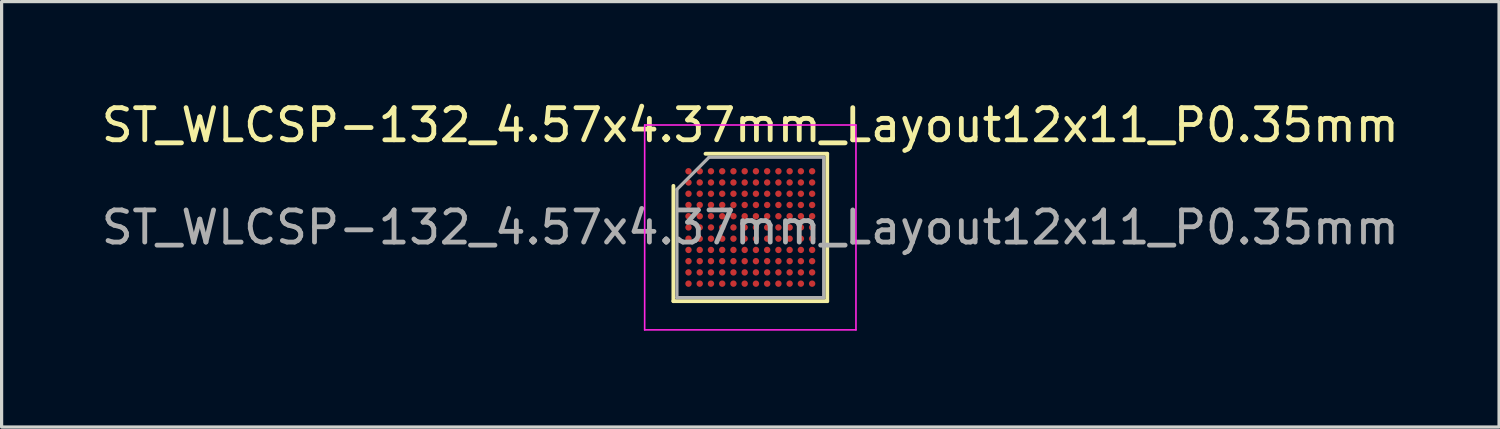
<source format=kicad_pcb>
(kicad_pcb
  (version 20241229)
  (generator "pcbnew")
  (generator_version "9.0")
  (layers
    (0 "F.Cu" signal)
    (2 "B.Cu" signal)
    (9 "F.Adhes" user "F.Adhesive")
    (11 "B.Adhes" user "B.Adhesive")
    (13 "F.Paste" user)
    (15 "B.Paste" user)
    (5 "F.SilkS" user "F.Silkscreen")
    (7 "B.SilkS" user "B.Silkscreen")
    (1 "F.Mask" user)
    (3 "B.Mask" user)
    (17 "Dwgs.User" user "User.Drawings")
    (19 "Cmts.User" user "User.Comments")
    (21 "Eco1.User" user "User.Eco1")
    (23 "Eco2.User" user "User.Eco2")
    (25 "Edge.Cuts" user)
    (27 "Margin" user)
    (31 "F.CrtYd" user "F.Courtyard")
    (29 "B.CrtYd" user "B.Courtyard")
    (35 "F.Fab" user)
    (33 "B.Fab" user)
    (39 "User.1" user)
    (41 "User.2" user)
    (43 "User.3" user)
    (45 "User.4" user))
  (footprint "ST_WLCSP-132_4.57x4.37mm_Layout12x11_P0.35mm"
    (layer "F.Cu")
    (at 20.315 4.033)
    (property "Reference" "ST_WLCSP-132_4.57x4.37mm_Layout12x11_P0.35mm" (at 0 -3.185 0) (layer "F.SilkS") (effects (font (size 1 1) (thickness 0.15))))
    (attr smd)
    (fp_line (start -2.395 2.295) (end -2.395 -1.295) (stroke (width 0.12) (type solid)) (layer "F.SilkS"))
    (fp_line (start -1.395 -2.295) (end 2.395 -2.295) (stroke (width 0.12) (type solid)) (layer "F.SilkS"))
    (fp_line (start 2.395 -2.295) (end 2.395 2.295) (stroke (width 0.12) (type solid)) (layer "F.SilkS"))
    (fp_line (start 2.395 2.295) (end -2.395 2.295) (stroke (width 0.12) (type solid)) (layer "F.SilkS"))
    (fp_line (start -3.29 -3.19) (end -3.29 3.19) (stroke (width 0.05) (type solid)) (layer "F.CrtYd"))
    (fp_line (start -3.29 3.19) (end 3.29 3.19) (stroke (width 0.05) (type solid)) (layer "F.CrtYd"))
    (fp_line (start 3.29 -3.19) (end -3.29 -3.19) (stroke (width 0.05) (type solid)) (layer "F.CrtYd"))
    (fp_line (start 3.29 3.19) (end 3.29 -3.19) (stroke (width 0.05) (type solid)) (layer "F.CrtYd"))
    (fp_line (start -2.285 -1.185) (end -1.285 -2.185) (stroke (width 0.1) (type solid)) (layer "F.Fab"))
    (fp_line (start -2.285 2.185) (end -2.285 -1.185) (stroke (width 0.1) (type solid)) (layer "F.Fab"))
    (fp_line (start -1.285 -2.185) (end 2.285 -2.185) (stroke (width 0.1) (type solid)) (layer "F.Fab"))
    (fp_line (start 2.285 -2.185) (end 2.285 2.185) (stroke (width 0.1) (type solid)) (layer "F.Fab"))
    (fp_line (start 2.285 2.185) (end -2.285 2.185) (stroke (width 0.1) (type solid)) (layer "F.Fab"))
    (fp_text user "${REFERENCE}" (at 0 0 0) (layer "F.Fab") (effects (font (size 1 1) (thickness 0.15))))
    (pad "A1" smd circle (at -1.925 -1.75) (size 0.2 0.2) (layers "F.Cu" "F.Mask" "F.Paste"))
    (pad "A2" smd circle (at -1.575 -1.75) (size 0.2 0.2) (layers "F.Cu" "F.Mask" "F.Paste"))
    (pad "A3" smd circle (at -1.225 -1.75) (size 0.2 0.2) (layers "F.Cu" "F.Mask" "F.Paste"))
    (pad "A4" smd circle (at -0.875 -1.75) (size 0.2 0.2) (layers "F.Cu" "F.Mask" "F.Paste"))
    (pad "A5" smd circle (at -0.525 -1.75) (size 0.2 0.2) (layers "F.Cu" "F.Mask" "F.Paste"))
    (pad "A6" smd circle (at -0.175 -1.75) (size 0.2 0.2) (layers "F.Cu" "F.Mask" "F.Paste"))
    (pad "A7" smd circle (at 0.175 -1.75) (size 0.2 0.2) (layers "F.Cu" "F.Mask" "F.Paste"))
    (pad "A8" smd circle (at 0.525 -1.75) (size 0.2 0.2) (layers "F.Cu" "F.Mask" "F.Paste"))
    (pad "A9" smd circle (at 0.875 -1.75) (size 0.2 0.2) (layers "F.Cu" "F.Mask" "F.Paste"))
    (pad "A10" smd circle (at 1.225 -1.75) (size 0.2 0.2) (layers "F.Cu" "F.Mask" "F.Paste"))
    (pad "A11" smd circle (at 1.575 -1.75) (size 0.2 0.2) (layers "F.Cu" "F.Mask" "F.Paste"))
    (pad "A12" smd circle (at 1.925 -1.75) (size 0.2 0.2) (layers "F.Cu" "F.Mask" "F.Paste"))
    (pad "B1" smd circle (at -1.925 -1.4) (size 0.2 0.2) (layers "F.Cu" "F.Mask" "F.Paste"))
    (pad "B2" smd circle (at -1.575 -1.4) (size 0.2 0.2) (layers "F.Cu" "F.Mask" "F.Paste"))
    (pad "B3" smd circle (at -1.225 -1.4) (size 0.2 0.2) (layers "F.Cu" "F.Mask" "F.Paste"))
    (pad "B4" smd circle (at -0.875 -1.4) (size 0.2 0.2) (layers "F.Cu" "F.Mask" "F.Paste"))
    (pad "B5" smd circle (at -0.525 -1.4) (size 0.2 0.2) (layers "F.Cu" "F.Mask" "F.Paste"))
    (pad "B6" smd circle (at -0.175 -1.4) (size 0.2 0.2) (layers "F.Cu" "F.Mask" "F.Paste"))
    (pad "B7" smd circle (at 0.175 -1.4) (size 0.2 0.2) (layers "F.Cu" "F.Mask" "F.Paste"))
    (pad "B8" smd circle (at 0.525 -1.4) (size 0.2 0.2) (layers "F.Cu" "F.Mask" "F.Paste"))
    (pad "B9" smd circle (at 0.875 -1.4) (size 0.2 0.2) (layers "F.Cu" "F.Mask" "F.Paste"))
    (pad "B10" smd circle (at 1.225 -1.4) (size 0.2 0.2) (layers "F.Cu" "F.Mask" "F.Paste"))
    (pad "B11" smd circle (at 1.575 -1.4) (size 0.2 0.2) (layers "F.Cu" "F.Mask" "F.Paste"))
    (pad "B12" smd circle (at 1.925 -1.4) (size 0.2 0.2) (layers "F.Cu" "F.Mask" "F.Paste"))
    (pad "C1" smd circle (at -1.925 -1.05) (size 0.2 0.2) (layers "F.Cu" "F.Mask" "F.Paste"))
    (pad "C2" smd circle (at -1.575 -1.05) (size 0.2 0.2) (layers "F.Cu" "F.Mask" "F.Paste"))
    (pad "C3" smd circle (at -1.225 -1.05) (size 0.2 0.2) (layers "F.Cu" "F.Mask" "F.Paste"))
    (pad "C4" smd circle (at -0.875 -1.05) (size 0.2 0.2) (layers "F.Cu" "F.Mask" "F.Paste"))
    (pad "C5" smd circle (at -0.525 -1.05) (size 0.2 0.2) (layers "F.Cu" "F.Mask" "F.Paste"))
    (pad "C6" smd circle (at -0.175 -1.05) (size 0.2 0.2) (layers "F.Cu" "F.Mask" "F.Paste"))
    (pad "C7" smd circle (at 0.175 -1.05) (size 0.2 0.2) (layers "F.Cu" "F.Mask" "F.Paste"))
    (pad "C8" smd circle (at 0.525 -1.05) (size 0.2 0.2) (layers "F.Cu" "F.Mask" "F.Paste"))
    (pad "C9" smd circle (at 0.875 -1.05) (size 0.2 0.2) (layers "F.Cu" "F.Mask" "F.Paste"))
    (pad "C10" smd circle (at 1.225 -1.05) (size 0.2 0.2) (layers "F.Cu" "F.Mask" "F.Paste"))
    (pad "C11" smd circle (at 1.575 -1.05) (size 0.2 0.2) (layers "F.Cu" "F.Mask" "F.Paste"))
    (pad "C12" smd circle (at 1.925 -1.05) (size 0.2 0.2) (layers "F.Cu" "F.Mask" "F.Paste"))
    (pad "D1" smd circle (at -1.925 -0.7) (size 0.2 0.2) (layers "F.Cu" "F.Mask" "F.Paste"))
    (pad "D2" smd circle (at -1.575 -0.7) (size 0.2 0.2) (layers "F.Cu" "F.Mask" "F.Paste"))
    (pad "D3" smd circle (at -1.225 -0.7) (size 0.2 0.2) (layers "F.Cu" "F.Mask" "F.Paste"))
    (pad "D4" smd circle (at -0.875 -0.7) (size 0.2 0.2) (layers "F.Cu" "F.Mask" "F.Paste"))
    (pad "D5" smd circle (at -0.525 -0.7) (size 0.2 0.2) (layers "F.Cu" "F.Mask" "F.Paste"))
    (pad "D6" smd circle (at -0.175 -0.7) (size 0.2 0.2) (layers "F.Cu" "F.Mask" "F.Paste"))
    (pad "D7" smd circle (at 0.175 -0.7) (size 0.2 0.2) (layers "F.Cu" "F.Mask" "F.Paste"))
    (pad "D8" smd circle (at 0.525 -0.7) (size 0.2 0.2) (layers "F.Cu" "F.Mask" "F.Paste"))
    (pad "D9" smd circle (at 0.875 -0.7) (size 0.2 0.2) (layers "F.Cu" "F.Mask" "F.Paste"))
    (pad "D10" smd circle (at 1.225 -0.7) (size 0.2 0.2) (layers "F.Cu" "F.Mask" "F.Paste"))
    (pad "D11" smd circle (at 1.575 -0.7) (size 0.2 0.2) (layers "F.Cu" "F.Mask" "F.Paste"))
    (pad "D12" smd circle (at 1.925 -0.7) (size 0.2 0.2) (layers "F.Cu" "F.Mask" "F.Paste"))
    (pad "E1" smd circle (at -1.925 -0.35) (size 0.2 0.2) (layers "F.Cu" "F.Mask" "F.Paste"))
    (pad "E2" smd circle (at -1.575 -0.35) (size 0.2 0.2) (layers "F.Cu" "F.Mask" "F.Paste"))
    (pad "E3" smd circle (at -1.225 -0.35) (size 0.2 0.2) (layers "F.Cu" "F.Mask" "F.Paste"))
    (pad "E4" smd circle (at -0.875 -0.35) (size 0.2 0.2) (layers "F.Cu" "F.Mask" "F.Paste"))
    (pad "E5" smd circle (at -0.525 -0.35) (size 0.2 0.2) (layers "F.Cu" "F.Mask" "F.Paste"))
    (pad "E6" smd circle (at -0.175 -0.35) (size 0.2 0.2) (layers "F.Cu" "F.Mask" "F.Paste"))
    (pad "E7" smd circle (at 0.175 -0.35) (size 0.2 0.2) (layers "F.Cu" "F.Mask" "F.Paste"))
    (pad "E8" smd circle (at 0.525 -0.35) (size 0.2 0.2) (layers "F.Cu" "F.Mask" "F.Paste"))
    (pad "E9" smd circle (at 0.875 -0.35) (size 0.2 0.2) (layers "F.Cu" "F.Mask" "F.Paste"))
    (pad "E10" smd circle (at 1.225 -0.35) (size 0.2 0.2) (layers "F.Cu" "F.Mask" "F.Paste"))
    (pad "E11" smd circle (at 1.575 -0.35) (size 0.2 0.2) (layers "F.Cu" "F.Mask" "F.Paste"))
    (pad "E12" smd circle (at 1.925 -0.35) (size 0.2 0.2) (layers "F.Cu" "F.Mask" "F.Paste"))
    (pad "F1" smd circle (at -1.925 0) (size 0.2 0.2) (layers "F.Cu" "F.Mask" "F.Paste"))
    (pad "F2" smd circle (at -1.575 0) (size 0.2 0.2) (layers "F.Cu" "F.Mask" "F.Paste"))
    (pad "F3" smd circle (at -1.225 0) (size 0.2 0.2) (layers "F.Cu" "F.Mask" "F.Paste"))
    (pad "F4" smd circle (at -0.875 0) (size 0.2 0.2) (layers "F.Cu" "F.Mask" "F.Paste"))
    (pad "F5" smd circle (at -0.525 0) (size 0.2 0.2) (layers "F.Cu" "F.Mask" "F.Paste"))
    (pad "F6" smd circle (at -0.175 0) (size 0.2 0.2) (layers "F.Cu" "F.Mask" "F.Paste"))
    (pad "F7" smd circle (at 0.175 0) (size 0.2 0.2) (layers "F.Cu" "F.Mask" "F.Paste"))
    (pad "F8" smd circle (at 0.525 0) (size 0.2 0.2) (layers "F.Cu" "F.Mask" "F.Paste"))
    (pad "F9" smd circle (at 0.875 0) (size 0.2 0.2) (layers "F.Cu" "F.Mask" "F.Paste"))
    (pad "F10" smd circle (at 1.225 0) (size 0.2 0.2) (layers "F.Cu" "F.Mask" "F.Paste"))
    (pad "F11" smd circle (at 1.575 0) (size 0.2 0.2) (layers "F.Cu" "F.Mask" "F.Paste"))
    (pad "F12" smd circle (at 1.925 0) (size 0.2 0.2) (layers "F.Cu" "F.Mask" "F.Paste"))
    (pad "G1" smd circle (at -1.925 0.35) (size 0.2 0.2) (layers "F.Cu" "F.Mask" "F.Paste"))
    (pad "G2" smd circle (at -1.575 0.35) (size 0.2 0.2) (layers "F.Cu" "F.Mask" "F.Paste"))
    (pad "G3" smd circle (at -1.225 0.35) (size 0.2 0.2) (layers "F.Cu" "F.Mask" "F.Paste"))
    (pad "G4" smd circle (at -0.875 0.35) (size 0.2 0.2) (layers "F.Cu" "F.Mask" "F.Paste"))
    (pad "G5" smd circle (at -0.525 0.35) (size 0.2 0.2) (layers "F.Cu" "F.Mask" "F.Paste"))
    (pad "G6" smd circle (at -0.175 0.35) (size 0.2 0.2) (layers "F.Cu" "F.Mask" "F.Paste"))
    (pad "G7" smd circle (at 0.175 0.35) (size 0.2 0.2) (layers "F.Cu" "F.Mask" "F.Paste"))
    (pad "G8" smd circle (at 0.525 0.35) (size 0.2 0.2) (layers "F.Cu" "F.Mask" "F.Paste"))
    (pad "G9" smd circle (at 0.875 0.35) (size 0.2 0.2) (layers "F.Cu" "F.Mask" "F.Paste"))
    (pad "G10" smd circle (at 1.225 0.35) (size 0.2 0.2) (layers "F.Cu" "F.Mask" "F.Paste"))
    (pad "G11" smd circle (at 1.575 0.35) (size 0.2 0.2) (layers "F.Cu" "F.Mask" "F.Paste"))
    (pad "G12" smd circle (at 1.925 0.35) (size 0.2 0.2) (layers "F.Cu" "F.Mask" "F.Paste"))
    (pad "H1" smd circle (at -1.925 0.7) (size 0.2 0.2) (layers "F.Cu" "F.Mask" "F.Paste"))
    (pad "H2" smd circle (at -1.575 0.7) (size 0.2 0.2) (layers "F.Cu" "F.Mask" "F.Paste"))
    (pad "H3" smd circle (at -1.225 0.7) (size 0.2 0.2) (layers "F.Cu" "F.Mask" "F.Paste"))
    (pad "H4" smd circle (at -0.875 0.7) (size 0.2 0.2) (layers "F.Cu" "F.Mask" "F.Paste"))
    (pad "H5" smd circle (at -0.525 0.7) (size 0.2 0.2) (layers "F.Cu" "F.Mask" "F.Paste"))
    (pad "H6" smd circle (at -0.175 0.7) (size 0.2 0.2) (layers "F.Cu" "F.Mask" "F.Paste"))
    (pad "H7" smd circle (at 0.175 0.7) (size 0.2 0.2) (layers "F.Cu" "F.Mask" "F.Paste"))
    (pad "H8" smd circle (at 0.525 0.7) (size 0.2 0.2) (layers "F.Cu" "F.Mask" "F.Paste"))
    (pad "H9" smd circle (at 0.875 0.7) (size 0.2 0.2) (layers "F.Cu" "F.Mask" "F.Paste"))
    (pad "H10" smd circle (at 1.225 0.7) (size 0.2 0.2) (layers "F.Cu" "F.Mask" "F.Paste"))
    (pad "H11" smd circle (at 1.575 0.7) (size 0.2 0.2) (layers "F.Cu" "F.Mask" "F.Paste"))
    (pad "H12" smd circle (at 1.925 0.7) (size 0.2 0.2) (layers "F.Cu" "F.Mask" "F.Paste"))
    (pad "J1" smd circle (at -1.925 1.05) (size 0.2 0.2) (layers "F.Cu" "F.Mask" "F.Paste"))
    (pad "J2" smd circle (at -1.575 1.05) (size 0.2 0.2) (layers "F.Cu" "F.Mask" "F.Paste"))
    (pad "J3" smd circle (at -1.225 1.05) (size 0.2 0.2) (layers "F.Cu" "F.Mask" "F.Paste"))
    (pad "J4" smd circle (at -0.875 1.05) (size 0.2 0.2) (layers "F.Cu" "F.Mask" "F.Paste"))
    (pad "J5" smd circle (at -0.525 1.05) (size 0.2 0.2) (layers "F.Cu" "F.Mask" "F.Paste"))
    (pad "J6" smd circle (at -0.175 1.05) (size 0.2 0.2) (layers "F.Cu" "F.Mask" "F.Paste"))
    (pad "J7" smd circle (at 0.175 1.05) (size 0.2 0.2) (layers "F.Cu" "F.Mask" "F.Paste"))
    (pad "J8" smd circle (at 0.525 1.05) (size 0.2 0.2) (layers "F.Cu" "F.Mask" "F.Paste"))
    (pad "J9" smd circle (at 0.875 1.05) (size 0.2 0.2) (layers "F.Cu" "F.Mask" "F.Paste"))
    (pad "J10" smd circle (at 1.225 1.05) (size 0.2 0.2) (layers "F.Cu" "F.Mask" "F.Paste"))
    (pad "J11" smd circle (at 1.575 1.05) (size 0.2 0.2) (layers "F.Cu" "F.Mask" "F.Paste"))
    (pad "J12" smd circle (at 1.925 1.05) (size 0.2 0.2) (layers "F.Cu" "F.Mask" "F.Paste"))
    (pad "K1" smd circle (at -1.925 1.4) (size 0.2 0.2) (layers "F.Cu" "F.Mask" "F.Paste"))
    (pad "K2" smd circle (at -1.575 1.4) (size 0.2 0.2) (layers "F.Cu" "F.Mask" "F.Paste"))
    (pad "K3" smd circle (at -1.225 1.4) (size 0.2 0.2) (layers "F.Cu" "F.Mask" "F.Paste"))
    (pad "K4" smd circle (at -0.875 1.4) (size 0.2 0.2) (layers "F.Cu" "F.Mask" "F.Paste"))
    (pad "K5" smd circle (at -0.525 1.4) (size 0.2 0.2) (layers "F.Cu" "F.Mask" "F.Paste"))
    (pad "K6" smd circle (at -0.175 1.4) (size 0.2 0.2) (layers "F.Cu" "F.Mask" "F.Paste"))
    (pad "K7" smd circle (at 0.175 1.4) (size 0.2 0.2) (layers "F.Cu" "F.Mask" "F.Paste"))
    (pad "K8" smd circle (at 0.525 1.4) (size 0.2 0.2) (layers "F.Cu" "F.Mask" "F.Paste"))
    (pad "K9" smd circle (at 0.875 1.4) (size 0.2 0.2) (layers "F.Cu" "F.Mask" "F.Paste"))
    (pad "K10" smd circle (at 1.225 1.4) (size 0.2 0.2) (layers "F.Cu" "F.Mask" "F.Paste"))
    (pad "K11" smd circle (at 1.575 1.4) (size 0.2 0.2) (layers "F.Cu" "F.Mask" "F.Paste"))
    (pad "K12" smd circle (at 1.925 1.4) (size 0.2 0.2) (layers "F.Cu" "F.Mask" "F.Paste"))
    (pad "L1" smd circle (at -1.925 1.75) (size 0.2 0.2) (layers "F.Cu" "F.Mask" "F.Paste"))
    (pad "L2" smd circle (at -1.575 1.75) (size 0.2 0.2) (layers "F.Cu" "F.Mask" "F.Paste"))
    (pad "L3" smd circle (at -1.225 1.75) (size 0.2 0.2) (layers "F.Cu" "F.Mask" "F.Paste"))
    (pad "L4" smd circle (at -0.875 1.75) (size 0.2 0.2) (layers "F.Cu" "F.Mask" "F.Paste"))
    (pad "L5" smd circle (at -0.525 1.75) (size 0.2 0.2) (layers "F.Cu" "F.Mask" "F.Paste"))
    (pad "L6" smd circle (at -0.175 1.75) (size 0.2 0.2) (layers "F.Cu" "F.Mask" "F.Paste"))
    (pad "L7" smd circle (at 0.175 1.75) (size 0.2 0.2) (layers "F.Cu" "F.Mask" "F.Paste"))
    (pad "L8" smd circle (at 0.525 1.75) (size 0.2 0.2) (layers "F.Cu" "F.Mask" "F.Paste"))
    (pad "L9" smd circle (at 0.875 1.75) (size 0.2 0.2) (layers "F.Cu" "F.Mask" "F.Paste"))
    (pad "L10" smd circle (at 1.225 1.75) (size 0.2 0.2) (layers "F.Cu" "F.Mask" "F.Paste"))
    (pad "L11" smd circle (at 1.575 1.75) (size 0.2 0.2) (layers "F.Cu" "F.Mask" "F.Paste"))
    (pad "L12" smd circle (at 1.925 1.75) (size 0.2 0.2) (layers "F.Cu" "F.Mask" "F.Paste")))
  (gr_rect
    (start -3 -3)
    (end 43.631 10.248)
    (stroke (width 0.1) (type default))
    (fill no)
    (layer "Edge.Cuts")))
</source>
